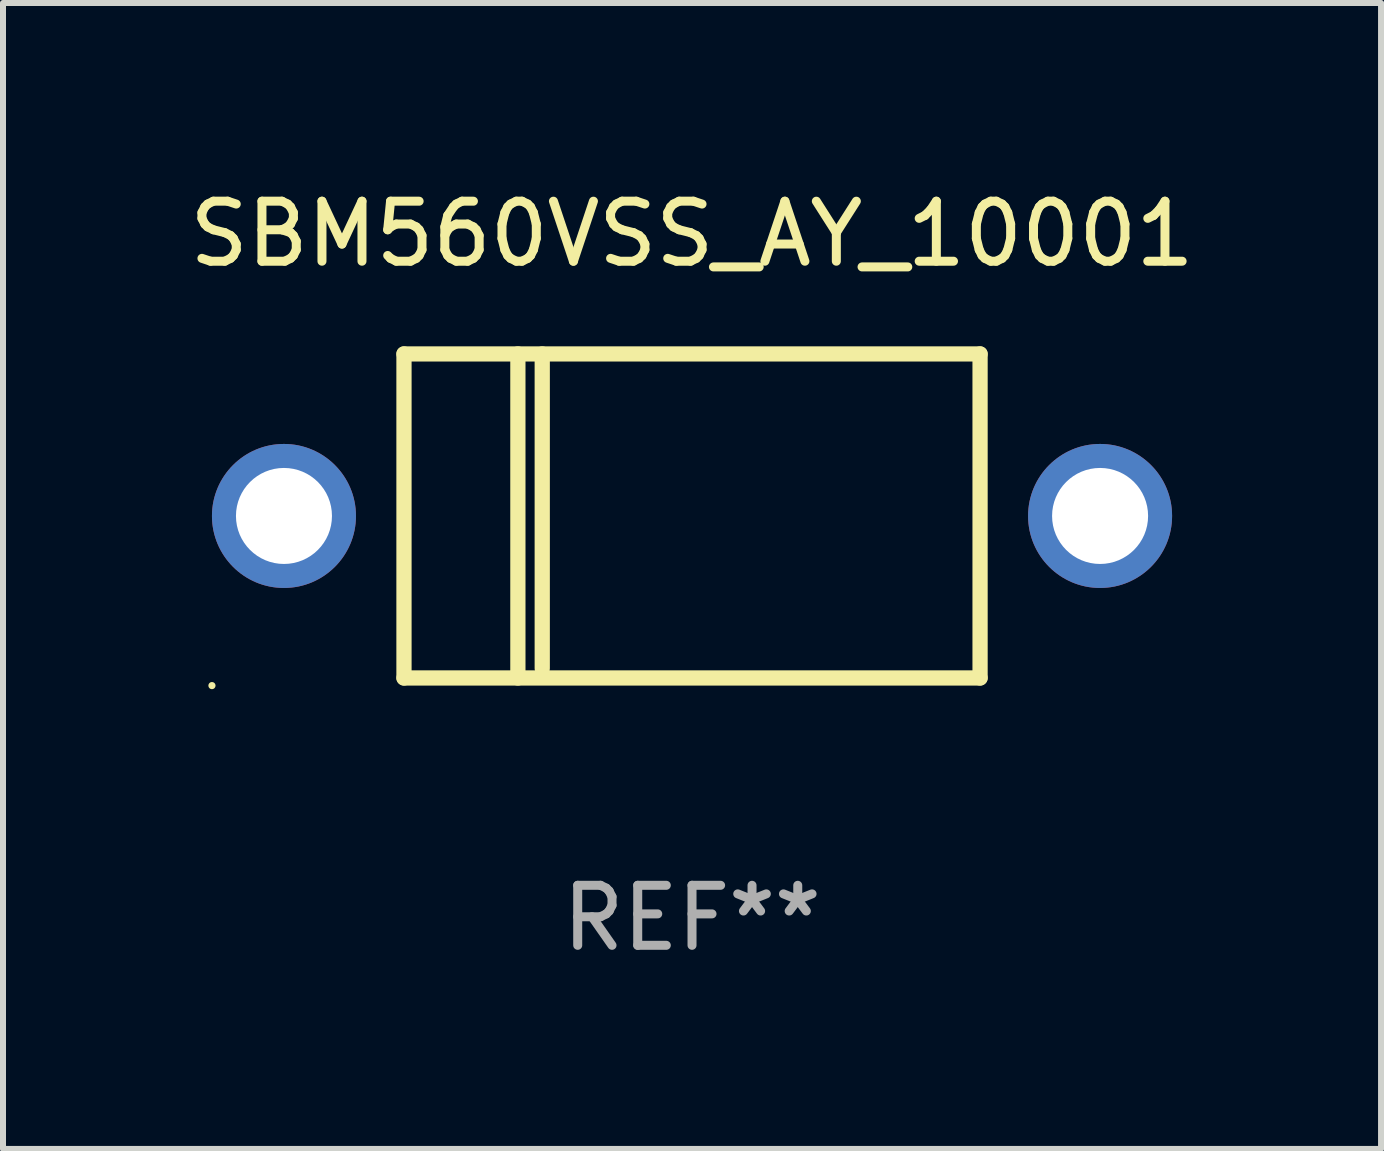
<source format=kicad_pcb>
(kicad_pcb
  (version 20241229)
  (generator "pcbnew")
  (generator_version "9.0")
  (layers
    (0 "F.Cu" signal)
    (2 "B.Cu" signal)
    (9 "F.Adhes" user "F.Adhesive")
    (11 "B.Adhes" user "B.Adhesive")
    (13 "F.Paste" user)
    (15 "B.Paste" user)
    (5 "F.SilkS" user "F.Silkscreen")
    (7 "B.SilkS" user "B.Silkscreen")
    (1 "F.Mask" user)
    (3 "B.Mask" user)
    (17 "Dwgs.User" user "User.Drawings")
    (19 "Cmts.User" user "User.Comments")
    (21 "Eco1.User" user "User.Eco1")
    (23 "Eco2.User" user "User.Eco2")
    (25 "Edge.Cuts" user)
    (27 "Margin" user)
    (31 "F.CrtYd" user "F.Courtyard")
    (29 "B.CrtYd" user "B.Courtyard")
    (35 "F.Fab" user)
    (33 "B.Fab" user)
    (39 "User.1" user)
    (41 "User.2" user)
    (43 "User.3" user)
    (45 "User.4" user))
  (footprint "SBM560VSS_AY_10001"
    (layer "F.Cu")
    (at 8.482 5.548)
    (property "Reference" "SBM560VSS_AY_10001" (at 0 -4.7 0) (layer "F.SilkS") (effects (font (size 1 1) (thickness 0.15))))
    (attr through_hole)
    (fp_line (start -4.8 -2.7) (end -4.8 2.7) (stroke (width 0.254) (type solid)) (layer "F.SilkS"))
    (fp_line (start -4.8 -2.7) (end 4.8 -2.7) (stroke (width 0.254) (type solid)) (layer "F.SilkS"))
    (fp_line (start -2.902 -2.7) (end -2.902 2.7) (stroke (width 0.254) (type solid)) (layer "F.SilkS"))
    (fp_line (start -2.496 -2.7) (end -2.496 2.54) (stroke (width 0.254) (type solid)) (layer "F.SilkS"))
    (fp_line (start 4.8 -2.7) (end 4.8 2.7) (stroke (width 0.254) (type solid)) (layer "F.SilkS"))
    (fp_line (start 4.8 2.7) (end -4.8 2.7) (stroke (width 0.254) (type solid)) (layer "F.SilkS"))
    (fp_circle (center -8 2.827) (end -7.97 2.827) (stroke (width 0.06) (type solid)) (fill no) (layer "F.SilkS"))
    (fp_text user "REF**" (at 0 6.7 0) (layer "F.Fab") (effects (font (size 1 1) (thickness 0.15))))
    (pad "1" thru_hole circle (at -6.8 0) (size 2.4 2.4) (drill 1.6) (layers "*.Cu" "*.Mask"))
    (pad "2" thru_hole circle (at 6.8 0) (size 2.4 2.4) (drill 1.6) (layers "*.Cu" "*.Mask")))
  (gr_rect
    (start -3 -3)
    (end 19.964 16.096)
    (stroke (width 0.1) (type default))
    (fill no)
    (layer "Edge.Cuts")))
</source>
